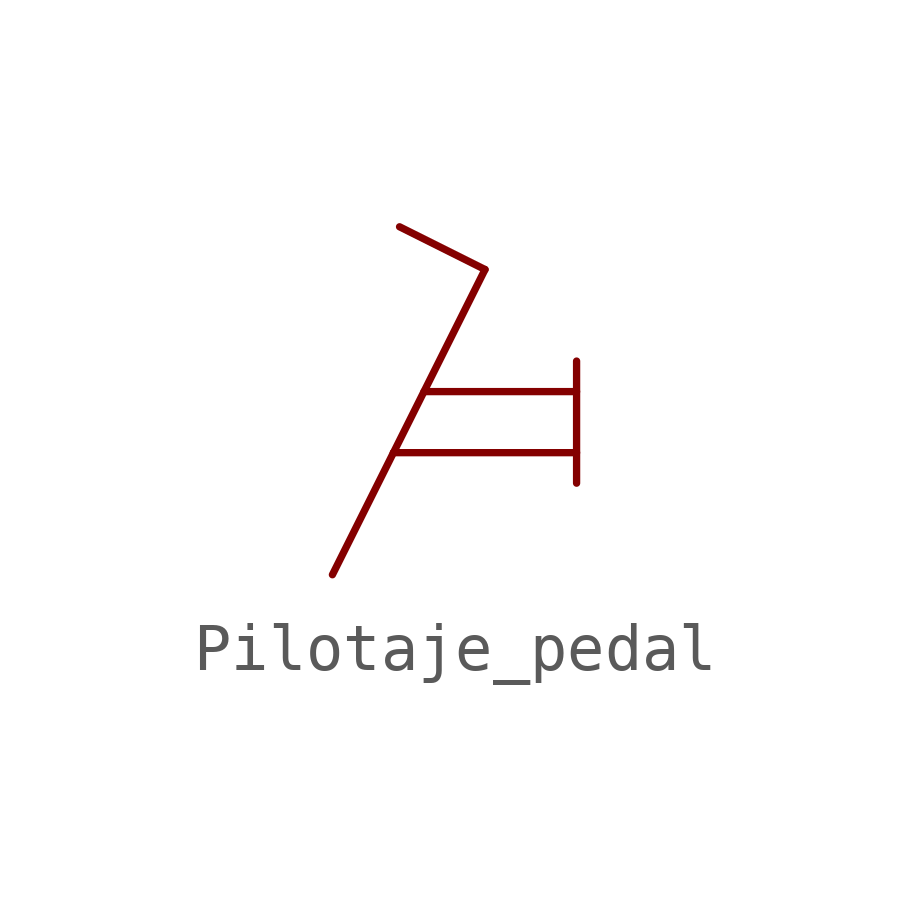
<source format=kicad_sym>
(kicad_symbol_lib
  (version 20211014)
  (generator kicad_symbol_editor)
  (symbol "Pilotaje_pedal"
    (pin_names
      (offset 1.016))
    (property "Reference" "U"
      (at -0.635 0 0)
      (effects (font (size 1.27 1.27)) hide))
    (symbol "Pilotaje_pedal_0_1"
      (polyline (pts (xy -1.27 -0.635) (xy -2.54 -3.175)) (stroke (width 0) (type default) (color 0 0 0 0)) (fill (type none)))
      (polyline (pts (xy -1.27 -0.635) (xy 0.635 3.175)) (stroke (width 0) (type default) (color 0 0 0 0)) (fill (type none)))
      (polyline (pts (xy -0.635 0.635) (xy 2.54 0.635)) (stroke (width 0) (type default) (color 0 0 0 0)) (fill (type none)))
      (polyline (pts (xy 0.635 3.175) (xy -1.143 4.064)) (stroke (width 0) (type default) (color 0 0 0 0)) (fill (type none)))
      (polyline (pts (xy 2.54 -0.635) (xy -1.27 -0.635)) (stroke (width 0) (type default) (color 0 0 0 0)) (fill (type none)))
      (polyline (pts (xy 2.54 1.27) (xy 2.54 -1.27)) (stroke (width 0) (type default) (color 0 0 0 0)) (fill (type none))))))
</source>
